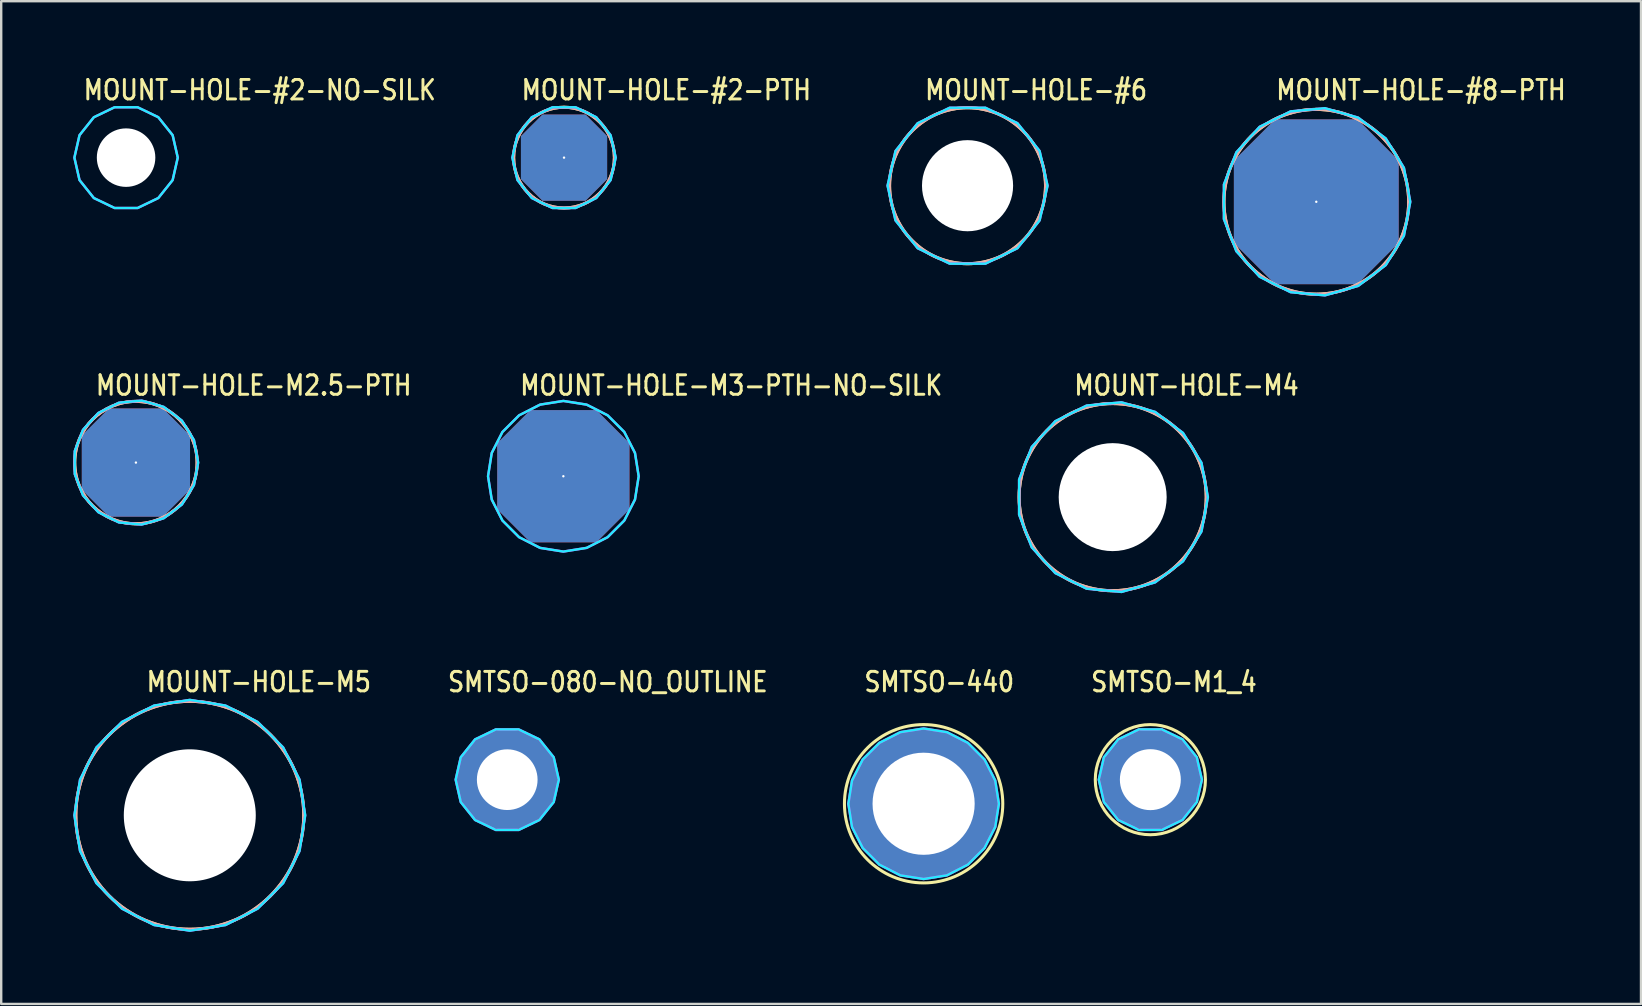
<source format=kicad_pcb>
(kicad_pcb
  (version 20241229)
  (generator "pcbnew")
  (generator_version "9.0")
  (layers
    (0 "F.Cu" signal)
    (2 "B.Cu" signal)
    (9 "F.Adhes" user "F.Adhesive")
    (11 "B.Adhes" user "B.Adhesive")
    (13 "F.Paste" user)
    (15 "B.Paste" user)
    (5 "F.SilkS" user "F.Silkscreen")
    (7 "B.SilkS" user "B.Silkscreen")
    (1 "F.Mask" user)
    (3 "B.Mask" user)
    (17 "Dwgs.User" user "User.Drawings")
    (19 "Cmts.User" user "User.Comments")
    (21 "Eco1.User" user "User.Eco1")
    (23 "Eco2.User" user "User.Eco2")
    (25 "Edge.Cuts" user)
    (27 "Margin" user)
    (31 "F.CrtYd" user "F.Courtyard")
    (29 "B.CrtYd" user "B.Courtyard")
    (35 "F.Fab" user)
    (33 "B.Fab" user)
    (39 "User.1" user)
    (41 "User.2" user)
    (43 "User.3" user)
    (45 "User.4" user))
  (footprint "MOUNT-HOLE-#6"
    (layer "F.Cu")
    (at 37.271 4.689)
    (property "Reference" "MOUNT-HOLE-#6" (at -1.84 -3.51 0) (unlocked yes) (layer "F.SilkS") (effects (font (size 0.813 0.695) (thickness 0.122)) (justify left bottom)))
    (fp_circle (center 0 0) (end 3.124 0) (stroke (width 0) (type solid)) (fill yes) (layer "F.Mask"))
    (fp_circle (center 0 0) (end 3.25 0) (stroke (width 0) (type solid)) (fill yes) (layer "F.Mask"))
    (fp_circle (center 0 0) (end 3.25 0) (stroke (width 0) (type solid)) (fill yes) (layer "F.Mask"))
    (fp_circle (center 0 0) (end 3.124 0) (stroke (width 0) (type solid)) (fill yes) (layer "B.Mask"))
    (fp_circle (center 0 0) (end 3.25 0) (stroke (width 0) (type solid)) (fill yes) (layer "B.Mask"))
    (fp_circle (center 0 0) (end 3.25 0) (stroke (width 0.127) (type solid)) (fill no) (layer "F.SilkS"))
    (fp_circle (center 0 0) (end 3.25 0) (stroke (width 0.127) (type solid)) (fill no) (layer "B.SilkS"))
    (fp_poly (pts (xy 3.334 0) (xy 3.003 -1.446) (xy 2.078 -2.606) (xy 0.742 -3.25) (xy -0.742 -3.25) (xy -2.078 -2.606) (xy -3.003 -1.446) (xy -3.334 0) (xy -3.003 1.446) (xy -2.078 2.606) (xy -0.742 3.25) (xy 0.742 3.25) (xy 2.078 2.606) (xy 3.003 1.446)) (stroke (width 0.1) (type solid)) (fill no) (layer "B.CrtYd"))
    (fp_poly (pts (xy 3.334 0) (xy 3.003 -1.446) (xy 2.078 -2.606) (xy 0.742 -3.25) (xy -0.742 -3.25) (xy -2.078 -2.606) (xy -3.003 -1.446) (xy -3.334 0) (xy -3.003 1.446) (xy -2.078 2.606) (xy -0.742 3.25) (xy 0.742 3.25) (xy 2.078 2.606) (xy 3.003 1.446)) (stroke (width 0.1) (type solid)) (fill no) (layer "F.CrtYd"))
    (pad "" np_thru_hole circle (at 0 0) (size 3.797 3.797) (drill 3.797) (layers "*.Cu" "*.Mask")))
  (footprint "MOUNT-HOLE-M2.5-PTH"
    (layer "F.Cu")
    (at 2.614 16.227)
    (property "Reference" "MOUNT-HOLE-M2.5-PTH" (at -1.74 -2.74 0) (unlocked yes) (layer "F.SilkS") (effects (font (size 0.813 0.695) (thickness 0.122)) (justify left bottom)))
    (fp_circle (center 0 0) (end 2.55 0) (stroke (width 0.127) (type solid)) (fill no) (layer "F.SilkS"))
    (fp_circle (center 0 0) (end 2.55 0) (stroke (width 0.127) (type solid)) (fill no) (layer "B.SilkS"))
    (fp_poly (pts (xy 2.594 0) (xy 2.419 -0.937) (xy 1.917 -1.748) (xy 1.156 -2.322) (xy 0.239 -2.583) (xy -0.71 -2.495) (xy -1.563 -2.07) (xy -2.206 -1.366) (xy -2.55 -0.477) (xy -2.55 0.477) (xy -2.206 1.366) (xy -1.563 2.07) (xy -0.71 2.495) (xy 0.239 2.583) (xy 1.156 2.322) (xy 1.917 1.748) (xy 2.419 0.937)) (stroke (width 0.1) (type solid)) (fill no) (layer "B.CrtYd"))
    (fp_poly (pts (xy 2.594 0) (xy 2.419 -0.937) (xy 1.917 -1.748) (xy 1.156 -2.322) (xy 0.239 -2.583) (xy -0.71 -2.495) (xy -1.563 -2.07) (xy -2.206 -1.366) (xy -2.55 -0.477) (xy -2.55 0.477) (xy -2.206 1.366) (xy -1.563 2.07) (xy -0.71 2.495) (xy 0.239 2.583) (xy 1.156 2.322) (xy 1.917 1.748) (xy 2.419 0.937)) (stroke (width 0.1) (type solid)) (fill no) (layer "F.CrtYd"))
    (pad "P$1" thru_hole custom (at 0 0) (size 0.1 0.1) (drill 2.9) (layers "*.Cu" "*.Mask") (options (anchor rect)) (primitives (gr_poly (pts (xy 2.25 1.125) (xy 1.125 2.25) (xy -1.125 2.25) (xy -2.25 1.125) (xy -2.25 -1.125) (xy -1.125 -2.25) (xy 1.125 -2.25) (xy 2.25 -1.125)) (width 0.01) (fill yes)))))
  (footprint "MOUNT-HOLE-#8-PTH"
    (layer "F.Cu")
    (at 51.804 5.359)
    (property "Reference" "MOUNT-HOLE-#8-PTH" (at -1.74 -4.18 0) (unlocked yes) (layer "F.SilkS") (effects (font (size 0.813 0.695) (thickness 0.122)) (justify left bottom)))
    (fp_circle (center 0 0) (end 3.85 0) (stroke (width 0.127) (type solid)) (fill no) (layer "F.SilkS"))
    (fp_circle (center 0 0) (end 3.85 0) (stroke (width 0.127) (type solid)) (fill no) (layer "B.SilkS"))
    (fp_poly (pts (xy 3.917 0) (xy 3.652 -1.415) (xy 2.894 -2.639) (xy 1.746 -3.506) (xy 0.361 -3.9) (xy -1.072 -3.767) (xy -2.36 -3.126) (xy -3.33 -2.062) (xy -3.85 -0.72) (xy -3.85 0.72) (xy -3.33 2.062) (xy -2.36 3.126) (xy -1.072 3.767) (xy 0.361 3.9) (xy 1.746 3.506) (xy 2.894 2.639) (xy 3.652 1.415)) (stroke (width 0.1) (type solid)) (fill no) (layer "B.CrtYd"))
    (fp_poly (pts (xy 3.917 0) (xy 3.652 -1.415) (xy 2.894 -2.639) (xy 1.746 -3.506) (xy 0.361 -3.9) (xy -1.072 -3.767) (xy -2.36 -3.126) (xy -3.33 -2.062) (xy -3.85 -0.72) (xy -3.85 0.72) (xy -3.33 2.062) (xy -2.36 3.126) (xy -1.072 3.767) (xy 0.361 3.9) (xy 1.746 3.506) (xy 2.894 2.639) (xy 3.652 1.415)) (stroke (width 0.1) (type solid)) (fill no) (layer "F.CrtYd"))
    (pad "P$1" thru_hole custom (at 0 0) (size 0.1 0.1) (drill 4.496) (layers "*.Cu" "*.Mask") (options (anchor rect)) (primitives (gr_poly (pts (xy 3.429 1.714) (xy 1.714 3.429) (xy -1.714 3.429) (xy -3.429 1.714) (xy -3.429 -1.714) (xy -1.714 -3.429) (xy 1.714 -3.429) (xy 3.429 -1.714)) (width 0.01) (fill yes)))))
  (footprint "SMTSO-440"
    (layer "F.Cu")
    (at 35.44 30.445)
    (property "Reference" "SMTSO-440" (at -2.54 -4.599 0) (unlocked yes) (layer "F.SilkS") (effects (font (size 0.813 0.695) (thickness 0.122)) (justify left bottom)))
    (fp_circle (center 0 0) (end 3.299 0) (stroke (width 0.127) (type solid)) (fill no) (layer "F.SilkS"))
    (fp_poly (pts (xy -2.974 -0.538) (xy 2.974 -0.538) (xy 2.138 -0.538) (xy -2.138 -0.538)) (stroke (width 0.076) (type solid)) (fill yes) (layer "F.Paste"))
    (fp_poly (pts (xy 2.974 0.538) (xy -2.974 0.538) (xy -2.138 0.538) (xy 2.138 0.538)) (stroke (width 0.076) (type solid)) (fill yes) (layer "F.Paste"))
    (fp_poly (pts (xy 3.137 0) (xy 2.984 -0.97) (xy 2.538 -1.844) (xy 1.844 -2.538) (xy 0.97 -2.984) (xy 0 -3.137) (xy -0.97 -2.984) (xy -1.844 -2.538) (xy -2.538 -1.844) (xy -2.984 -0.97) (xy -3.137 0) (xy -2.984 0.97) (xy -2.538 1.844) (xy -1.844 2.538) (xy -0.97 2.984) (xy 0 3.137) (xy 0.97 2.984) (xy 1.844 2.538) (xy 2.538 1.844) (xy 2.984 0.97)) (stroke (width 0.1) (type solid)) (fill no) (layer "B.CrtYd"))
    (fp_poly (pts (xy 3.137 0) (xy 2.984 -0.97) (xy 2.538 -1.844) (xy 1.844 -2.538) (xy 0.97 -2.984) (xy 0 -3.137) (xy -0.97 -2.984) (xy -1.844 -2.538) (xy -2.538 -1.844) (xy -2.984 -0.97) (xy -3.137 0) (xy -2.984 0.97) (xy -2.538 1.844) (xy -1.844 2.538) (xy -0.97 2.984) (xy 0 3.137) (xy 0.97 2.984) (xy 1.844 2.538) (xy 2.538 1.844) (xy 2.984 0.97)) (stroke (width 0.1) (type solid)) (fill no) (layer "F.CrtYd"))
    (pad "P$1" thru_hole oval (at 0 0) (size 6.198 6.198) (drill 4.256) (layers "*.Cu" "*.Mask")))
  (footprint "SMTSO-M1_4"
    (layer "F.Cu")
    (at 44.889 29.441)
    (property "Reference" "SMTSO-M1_4" (at -2.54 -3.595 0) (unlocked yes) (layer "F.SilkS") (effects (font (size 0.813 0.695) (thickness 0.122)) (justify left bottom)))
    (fp_circle (center 0 0) (end 2.295 0) (stroke (width 0.127) (type solid)) (fill no) (layer "F.SilkS"))
    (fp_poly (pts (xy -1.946 -0.538) (xy 1.946 -0.538) (xy 1.234 -0.538) (xy -1.234 -0.538)) (stroke (width 0.076) (type solid)) (fill yes) (layer "F.Paste"))
    (fp_poly (pts (xy 1.946 0.538) (xy -1.946 0.538) (xy -1.234 0.538) (xy 1.234 0.538)) (stroke (width 0.076) (type solid)) (fill yes) (layer "F.Paste"))
    (fp_poly (pts (xy 2.149 0) (xy 1.936 -0.932) (xy 1.34 -1.68) (xy 0.478 -2.095) (xy -0.478 -2.095) (xy -1.34 -1.68) (xy -1.936 -0.932) (xy -2.149 0) (xy -1.936 0.932) (xy -1.34 1.68) (xy -0.478 2.095) (xy 0.478 2.095) (xy 1.34 1.68) (xy 1.936 0.932)) (stroke (width 0.1) (type solid)) (fill no) (layer "B.CrtYd"))
    (fp_poly (pts (xy 2.149 0) (xy 1.936 -0.932) (xy 1.34 -1.68) (xy 0.478 -2.095) (xy -0.478 -2.095) (xy -1.34 -1.68) (xy -1.936 -0.932) (xy -2.149 0) (xy -1.936 0.932) (xy -1.34 1.68) (xy -0.478 2.095) (xy 0.478 2.095) (xy 1.34 1.68) (xy 1.936 0.932)) (stroke (width 0.1) (type solid)) (fill no) (layer "F.CrtYd"))
    (pad "P$1" thru_hole oval (at 0 0) (size 4.19 4.19) (drill 2.54) (layers "*.Cu" "*.Mask")))
  (footprint "MOUNT-HOLE-M3-PTH-NO-SILK"
    (layer "F.Cu")
    (at 20.427 16.797)
    (property "Reference" "MOUNT-HOLE-M3-PTH-NO-SILK" (at -1.87 -3.31 0) (unlocked yes) (layer "F.SilkS") (effects (font (size 0.813 0.695) (thickness 0.122)) (justify left bottom)))
    (fp_poly (pts (xy 3.139 0) (xy 2.985 -0.97) (xy 2.539 -1.845) (xy 1.845 -2.539) (xy 0.97 -2.985) (xy 0 -3.139) (xy -0.97 -2.985) (xy -1.845 -2.539) (xy -2.539 -1.845) (xy -2.985 -0.97) (xy -3.139 0) (xy -2.985 0.97) (xy -2.539 1.845) (xy -1.845 2.539) (xy -0.97 2.985) (xy 0 3.139) (xy 0.97 2.985) (xy 1.845 2.539) (xy 2.539 1.845) (xy 2.985 0.97)) (stroke (width 0.1) (type solid)) (fill no) (layer "B.CrtYd"))
    (fp_poly (pts (xy 3.139 0) (xy 2.985 -0.97) (xy 2.539 -1.845) (xy 1.845 -2.539) (xy 0.97 -2.985) (xy 0 -3.139) (xy -0.97 -2.985) (xy -1.845 -2.539) (xy -2.539 -1.845) (xy -2.985 -0.97) (xy -3.139 0) (xy -2.985 0.97) (xy -2.539 1.845) (xy -1.845 2.539) (xy -0.97 2.985) (xy 0 3.139) (xy 0.97 2.985) (xy 1.845 2.539) (xy 2.539 1.845) (xy 2.985 0.97)) (stroke (width 0.1) (type solid)) (fill no) (layer "F.CrtYd"))
    (pad "P$1" thru_hole custom (at 0 0) (size 0.1 0.1) (drill 3.4) (layers "*.Cu" "*.Mask") (options (anchor rect)) (primitives (gr_poly (pts (xy 2.75 1.375) (xy 1.375 2.75) (xy -1.375 2.75) (xy -2.75 1.375) (xy -2.75 -1.375) (xy -1.375 -2.75) (xy 1.375 -2.75) (xy 2.75 -1.375)) (width 0.01) (fill yes)))))
  (footprint "SMTSO-080-NO_OUTLINE"
    (layer "F.Cu")
    (at 18.088 29.442)
    (property "Reference" "SMTSO-080-NO_OUTLINE" (at -2.54 -3.595 0) (unlocked yes) (layer "F.SilkS") (effects (font (size 0.813 0.695) (thickness 0.122)) (justify left bottom)))
    (fp_poly (pts (xy -1.946 -0.538) (xy 1.946 -0.538) (xy 1.228 -0.538) (xy -1.228 -0.538)) (stroke (width 0.076) (type solid)) (fill yes) (layer "F.Paste"))
    (fp_poly (pts (xy 1.946 0.538) (xy -1.946 0.538) (xy -1.228 0.538) (xy 1.228 0.538)) (stroke (width 0.076) (type solid)) (fill yes) (layer "F.Paste"))
    (fp_poly (pts (xy 2.149 0) (xy 1.937 -0.933) (xy 1.34 -1.68) (xy 0.478 -2.095) (xy -0.478 -2.095) (xy -1.34 -1.68) (xy -1.937 -0.933) (xy -2.149 0) (xy -1.937 0.933) (xy -1.34 1.68) (xy -0.478 2.095) (xy 0.478 2.095) (xy 1.34 1.68) (xy 1.937 0.933)) (stroke (width 0.1) (type solid)) (fill no) (layer "B.CrtYd"))
    (fp_poly (pts (xy 2.149 0) (xy 1.937 -0.933) (xy 1.34 -1.68) (xy 0.478 -2.095) (xy -0.478 -2.095) (xy -1.34 -1.68) (xy -1.937 -0.933) (xy -2.149 0) (xy -1.937 0.933) (xy -1.34 1.68) (xy -0.478 2.095) (xy 0.478 2.095) (xy 1.34 1.68) (xy 1.937 0.933)) (stroke (width 0.1) (type solid)) (fill no) (layer "F.CrtYd"))
    (pad "P$1" thru_hole oval (at 0 0) (size 4.191 4.191) (drill 2.529) (layers "*.Cu" "*.Mask")))
  (footprint "MOUNT-HOLE-M4"
    (layer "F.Cu")
    (at 43.319 17.667)
    (property "Reference" "MOUNT-HOLE-M4" (at -1.67 -4.18 0) (unlocked yes) (layer "F.SilkS") (effects (font (size 0.813 0.695) (thickness 0.122)) (justify left bottom)))
    (fp_circle (center 0 0) (end 3.75 0) (stroke (width 0) (type solid)) (fill yes) (layer "F.Mask"))
    (fp_circle (center 0 0) (end 3.9 0) (stroke (width 0) (type solid)) (fill yes) (layer "F.Mask"))
    (fp_circle (center 0 0) (end 3.9 0) (stroke (width 0) (type solid)) (fill yes) (layer "F.Mask"))
    (fp_circle (center 0 0) (end 3.75 0) (stroke (width 0) (type solid)) (fill yes) (layer "B.Mask"))
    (fp_circle (center 0 0) (end 3.9 0) (stroke (width 0) (type solid)) (fill yes) (layer "B.Mask"))
    (fp_circle (center 0 0) (end 3.9 0) (stroke (width 0.127) (type solid)) (fill no) (layer "F.SilkS"))
    (fp_circle (center 0 0) (end 3.9 0) (stroke (width 0.127) (type solid)) (fill no) (layer "B.SilkS"))
    (fp_poly (pts (xy 3.968 0) (xy 3.7 -1.433) (xy 2.932 -2.673) (xy 1.768 -3.552) (xy 0.366 -3.951) (xy -1.086 -3.816) (xy -2.391 -3.166) (xy -3.373 -2.089) (xy -3.9 -0.729) (xy -3.9 0.729) (xy -3.373 2.089) (xy -2.391 3.166) (xy -1.086 3.816) (xy 0.366 3.951) (xy 1.768 3.552) (xy 2.932 2.673) (xy 3.7 1.433)) (stroke (width 0.1) (type solid)) (fill no) (layer "B.CrtYd"))
    (fp_poly (pts (xy 3.968 0) (xy 3.7 -1.433) (xy 2.932 -2.673) (xy 1.768 -3.552) (xy 0.366 -3.951) (xy -1.086 -3.816) (xy -2.391 -3.166) (xy -3.373 -2.089) (xy -3.9 -0.729) (xy -3.9 0.729) (xy -3.373 2.089) (xy -2.391 3.166) (xy -1.086 3.816) (xy 0.366 3.951) (xy 1.768 3.552) (xy 2.932 2.673) (xy 3.7 1.433)) (stroke (width 0.1) (type solid)) (fill no) (layer "F.CrtYd"))
    (pad "" np_thru_hole circle (at 0 0) (size 4.5 4.5) (drill 4.5) (layers "*.Cu" "*.Mask")))
  (footprint "MOUNT-HOLE-#2-PTH"
    (layer "F.Cu")
    (at 20.455 3.519)
    (property "Reference" "MOUNT-HOLE-#2-PTH" (at -1.84 -2.34 0) (unlocked yes) (layer "F.SilkS") (effects (font (size 0.813 0.695) (thickness 0.122)) (justify left bottom)))
    (fp_circle (center 0 0) (end 2.1 0) (stroke (width 0.127) (type solid)) (fill no) (layer "F.SilkS"))
    (fp_circle (center 0 0) (end 2.1 0) (stroke (width 0.127) (type solid)) (fill no) (layer "B.SilkS"))
    (fp_poly (pts (xy 2.154 0) (xy 1.941 -0.935) (xy 1.343 -1.684) (xy 0.479 -2.1) (xy -0.479 -2.1) (xy -1.343 -1.684) (xy -1.941 -0.935) (xy -2.154 0) (xy -1.941 0.935) (xy -1.343 1.684) (xy -0.479 2.1) (xy 0.479 2.1) (xy 1.343 1.684) (xy 1.941 0.935)) (stroke (width 0.1) (type solid)) (fill no) (layer "B.CrtYd"))
    (fp_poly (pts (xy 2.154 0) (xy 1.941 -0.935) (xy 1.343 -1.684) (xy 0.479 -2.1) (xy -0.479 -2.1) (xy -1.343 -1.684) (xy -1.941 -0.935) (xy -2.154 0) (xy -1.941 0.935) (xy -1.343 1.684) (xy -0.479 2.1) (xy 0.479 2.1) (xy 1.343 1.684) (xy 1.941 0.935)) (stroke (width 0.1) (type solid)) (fill no) (layer "F.CrtYd"))
    (pad "P$1" thru_hole custom (at 0 0) (size 0.1 0.1) (drill 2.438) (layers "*.Cu" "*.Mask") (options (anchor rect)) (primitives (gr_poly (pts (xy 1.791 0.895) (xy 0.895 1.791) (xy -0.895 1.791) (xy -1.791 0.895) (xy -1.791 -0.895) (xy -0.895 -1.791) (xy 0.895 -1.791) (xy 1.791 -0.895)) (width 0.01) (fill yes)))))
  (footprint "MOUNT-HOLE-#2-NO-SILK"
    (layer "F.Cu")
    (at 2.204 3.519)
    (property "Reference" "MOUNT-HOLE-#2-NO-SILK" (at -1.84 -2.34 0) (unlocked yes) (layer "F.SilkS") (effects (font (size 0.813 0.695) (thickness 0.122)) (justify left bottom)))
    (fp_circle (center 0 0) (end 1.968 0) (stroke (width 0) (type solid)) (fill yes) (layer "F.Mask"))
    (fp_circle (center 0 0) (end 2.1 0) (stroke (width 0) (type solid)) (fill yes) (layer "F.Mask"))
    (fp_circle (center 0 0) (end 2.1 0) (stroke (width 0) (type solid)) (fill yes) (layer "F.Mask"))
    (fp_circle (center 0 0) (end 1.968 0) (stroke (width 0) (type solid)) (fill yes) (layer "B.Mask"))
    (fp_circle (center 0 0) (end 2.1 0) (stroke (width 0) (type solid)) (fill yes) (layer "B.Mask"))
    (fp_poly (pts (xy 2.154 0) (xy 1.941 -0.935) (xy 1.343 -1.684) (xy 0.479 -2.1) (xy -0.479 -2.1) (xy -1.343 -1.684) (xy -1.941 -0.935) (xy -2.154 0) (xy -1.941 0.935) (xy -1.343 1.684) (xy -0.479 2.1) (xy 0.479 2.1) (xy 1.343 1.684) (xy 1.941 0.935)) (stroke (width 0.1) (type solid)) (fill no) (layer "B.CrtYd"))
    (fp_poly (pts (xy 2.154 0) (xy 1.941 -0.935) (xy 1.343 -1.684) (xy 0.479 -2.1) (xy -0.479 -2.1) (xy -1.343 -1.684) (xy -1.941 -0.935) (xy -2.154 0) (xy -1.941 0.935) (xy -1.343 1.684) (xy -0.479 2.1) (xy 0.479 2.1) (xy 1.343 1.684) (xy 1.941 0.935)) (stroke (width 0.1) (type solid)) (fill no) (layer "F.CrtYd"))
    (pad "" np_thru_hole circle (at 0 0) (size 2.438 2.438) (drill 2.438) (layers "*.Cu" "*.Mask")))
  (footprint "MOUNT-HOLE-M5"
    (layer "F.Cu")
    (at 4.859 30.926)
    (property "Reference" "MOUNT-HOLE-M5" (at -1.87 -5.08 0) (unlocked yes) (layer "F.SilkS") (effects (font (size 0.813 0.695) (thickness 0.122)) (justify left bottom)))
    (fp_circle (center 0 0) (end 4.55 0) (stroke (width 0) (type solid)) (fill yes) (layer "F.Mask"))
    (fp_circle (center 0 0) (end 4.75 0) (stroke (width 0) (type solid)) (fill yes) (layer "F.Mask"))
    (fp_circle (center 0 0) (end 4.75 0) (stroke (width 0) (type solid)) (fill yes) (layer "F.Mask"))
    (fp_circle (center 0 0) (end 4.55 0) (stroke (width 0) (type solid)) (fill yes) (layer "B.Mask"))
    (fp_circle (center 0 0) (end 4.75 0) (stroke (width 0) (type solid)) (fill yes) (layer "B.Mask"))
    (fp_circle (center 0 0) (end 4.75 0) (stroke (width 0.127) (type solid)) (fill no) (layer "F.SilkS"))
    (fp_circle (center 0 0) (end 4.75 0) (stroke (width 0.127) (type solid)) (fill no) (layer "B.SilkS"))
    (fp_poly (pts (xy 4.809 0) (xy 4.574 -1.486) (xy 3.891 -2.827) (xy 2.827 -3.891) (xy 1.486 -4.574) (xy 0 -4.809) (xy -1.486 -4.574) (xy -2.827 -3.891) (xy -3.891 -2.827) (xy -4.574 -1.486) (xy -4.809 0) (xy -4.574 1.486) (xy -3.891 2.827) (xy -2.827 3.891) (xy -1.486 4.574) (xy 0 4.809) (xy 1.486 4.574) (xy 2.827 3.891) (xy 3.891 2.827) (xy 4.574 1.486)) (stroke (width 0.1) (type solid)) (fill no) (layer "B.CrtYd"))
    (fp_poly (pts (xy 4.809 0) (xy 4.574 -1.486) (xy 3.891 -2.827) (xy 2.827 -3.891) (xy 1.486 -4.574) (xy 0 -4.809) (xy -1.486 -4.574) (xy -2.827 -3.891) (xy -3.891 -2.827) (xy -4.574 -1.486) (xy -4.809 0) (xy -4.574 1.486) (xy -3.891 2.827) (xy -2.827 3.891) (xy -1.486 4.574) (xy 0 4.809) (xy 1.486 4.574) (xy 2.827 3.891) (xy 3.891 2.827) (xy 4.574 1.486)) (stroke (width 0.1) (type solid)) (fill no) (layer "F.CrtYd"))
    (pad "" np_thru_hole circle (at 0 0) (size 5.5 5.5) (drill 5.5) (layers "*.Cu" "*.Mask")))
  (gr_rect
    (start -3 -3)
    (end 65.336 38.786)
    (stroke (width 0.1) (type default))
    (fill no)
    (layer "Edge.Cuts")))
</source>
